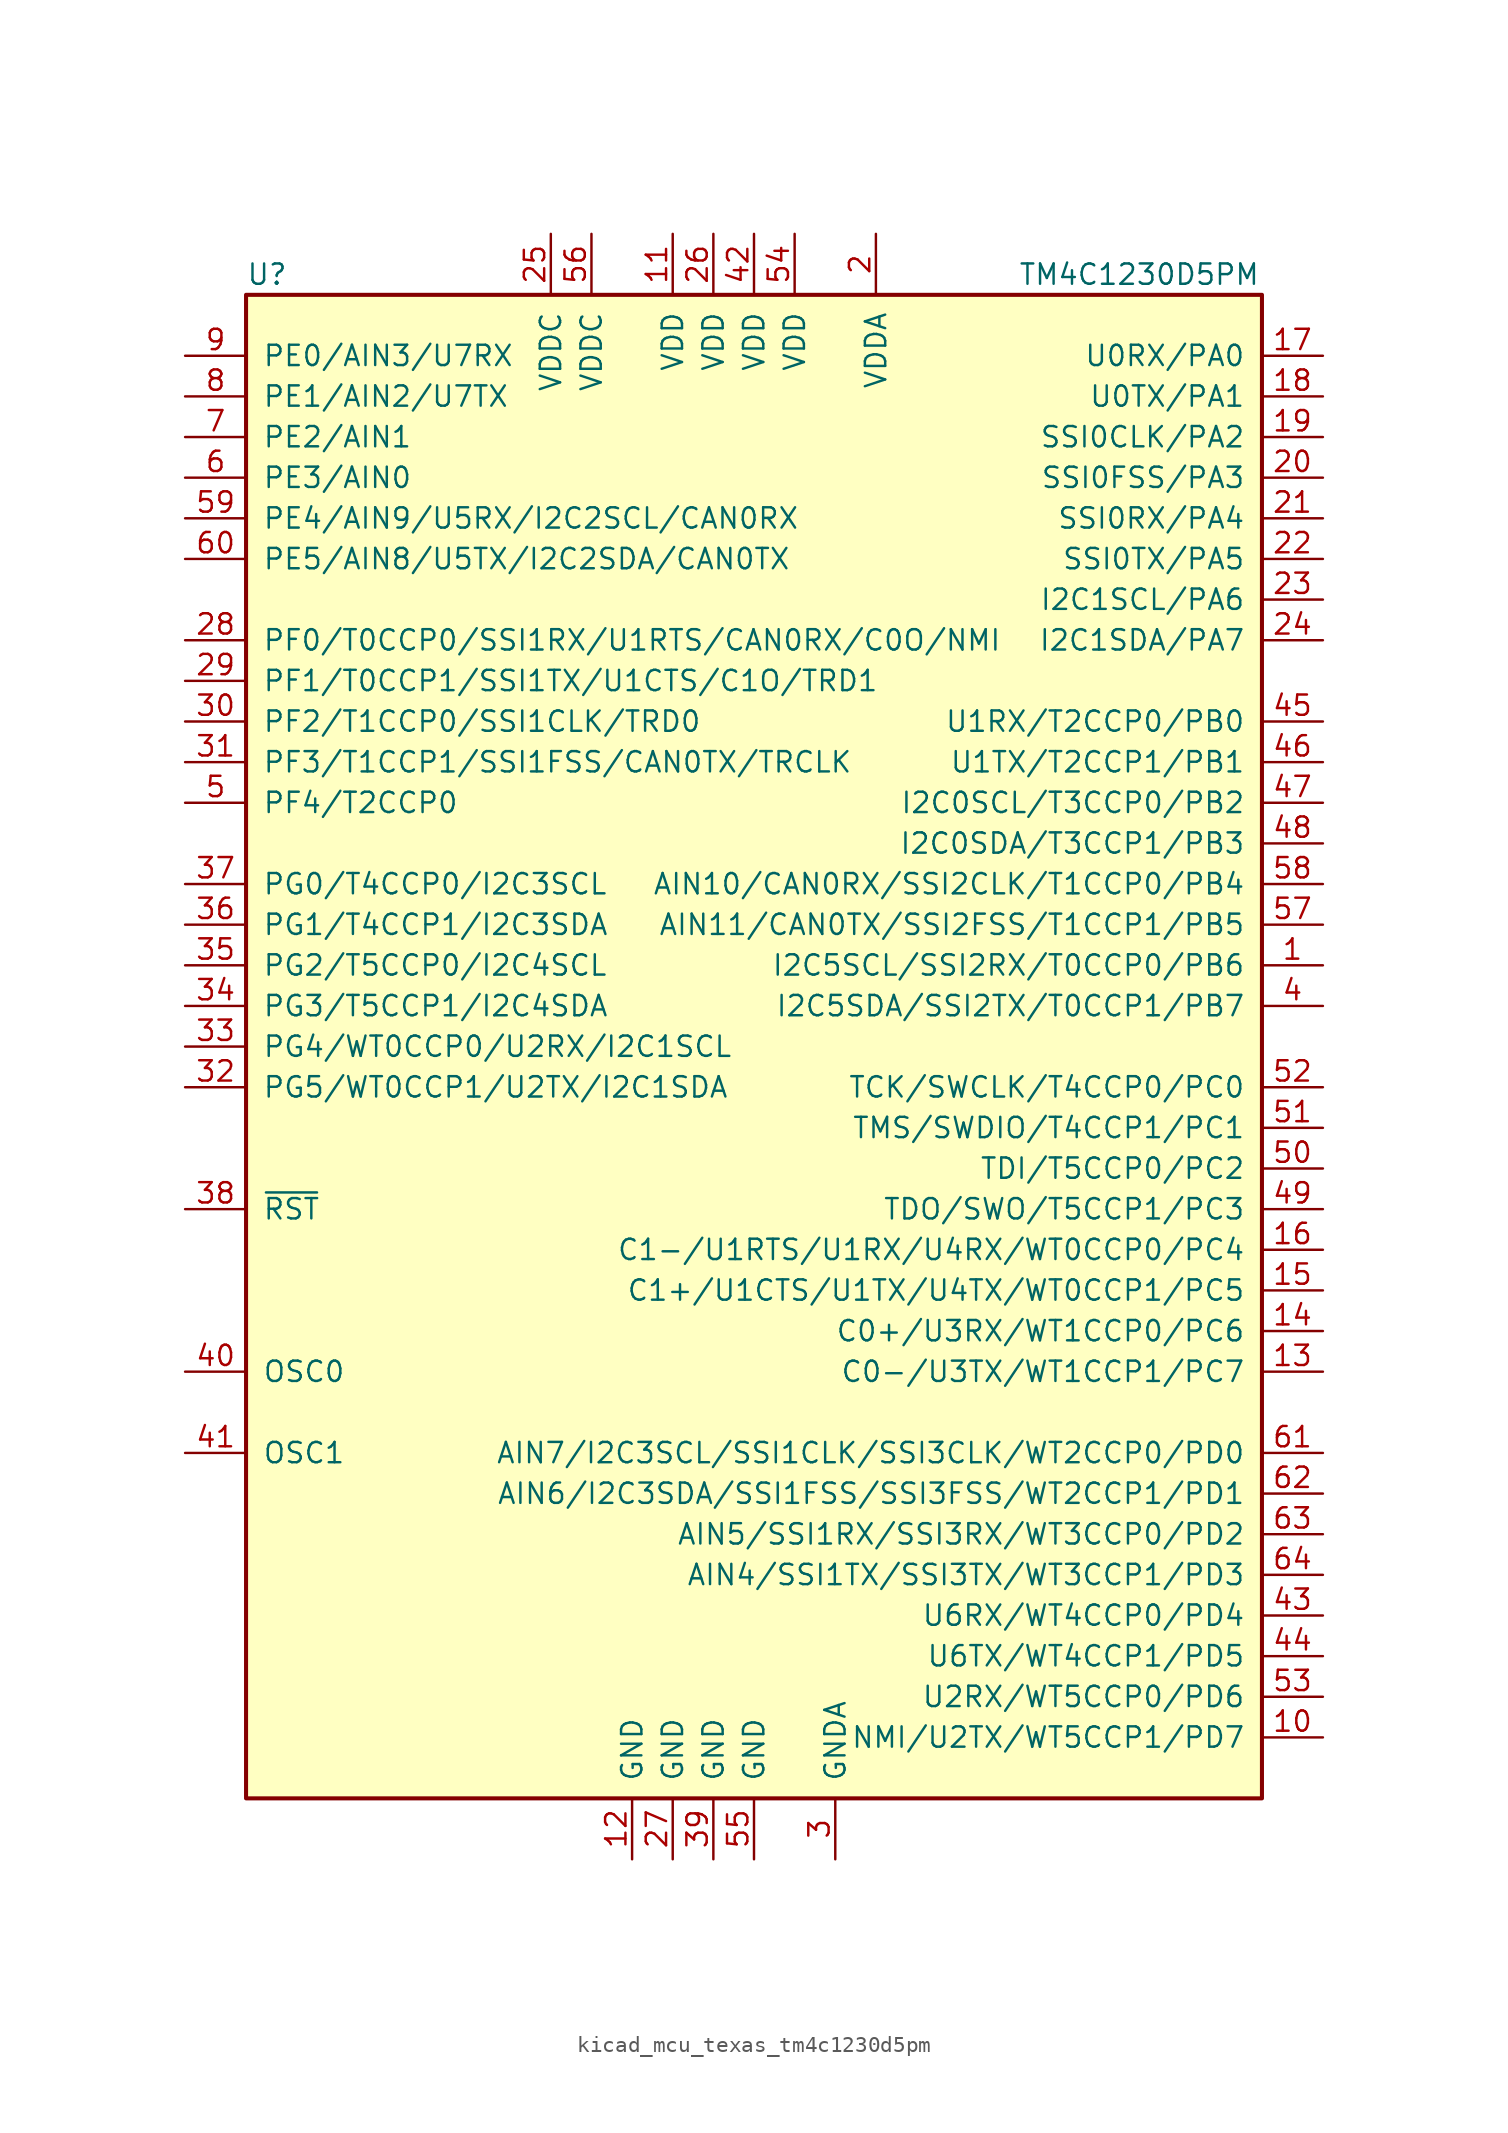
<source format=kicad_sym>
(kicad_symbol_lib
  (version 20220914)
  (generator kicad_symbol_editor)
  (symbol "kicad_mcu_texas_tm4c1230d5pm"
    (pin_names
      (offset 1.016))
    (property "Reference" "U"
      (at -31.75 48.26 0)
      (effects (font (size 1.27 1.27)) (justify left)))
    (property "Value" "TM4C1230D5PM"
      (at 16.51 48.26 0)
      (effects (font (size 1.27 1.27)) (justify left)))
    (symbol "kicad_mcu_texas_tm4c1230d5pm_0_1"
      (rectangle (start -31.75 46.99) (end 31.75 -46.99) (stroke (width 0.254) (type default)) (fill (type background))))
    (symbol "kicad_mcu_texas_tm4c1230d5pm_1_1"
      (pin bidirectional line (at 35.56 5.08 180) (length 3.81) (name "I2C5SCL/SSI2RX/T0CCP0/PB6" (effects (font (size 1.27 1.27)))) (number "1" (effects (font (size 1.27 1.27)))))
      (pin bidirectional line (at 35.56 -43.18 180) (length 3.81) (name "NMI/U2TX/WT5CCP1/PD7" (effects (font (size 1.27 1.27)))) (number "10" (effects (font (size 1.27 1.27)))))
      (pin power_in line (at -5.08 50.8 270) (length 3.81) (name "VDD" (effects (font (size 1.27 1.27)))) (number "11" (effects (font (size 1.27 1.27)))))
      (pin power_in line (at -7.62 -50.8 90) (length 3.81) (name "GND" (effects (font (size 1.27 1.27)))) (number "12" (effects (font (size 1.27 1.27)))))
      (pin bidirectional line (at 35.56 -20.32 180) (length 3.81) (name "C0-/U3TX/WT1CCP1/PC7" (effects (font (size 1.27 1.27)))) (number "13" (effects (font (size 1.27 1.27)))))
      (pin bidirectional line (at 35.56 -17.78 180) (length 3.81) (name "C0+/U3RX/WT1CCP0/PC6" (effects (font (size 1.27 1.27)))) (number "14" (effects (font (size 1.27 1.27)))))
      (pin bidirectional line (at 35.56 -15.24 180) (length 3.81) (name "C1+/U1CTS/U1TX/U4TX/WT0CCP1/PC5" (effects (font (size 1.27 1.27)))) (number "15" (effects (font (size 1.27 1.27)))))
      (pin bidirectional line (at 35.56 -12.7 180) (length 3.81) (name "C1-/U1RTS/U1RX/U4RX/WT0CCP0/PC4" (effects (font (size 1.27 1.27)))) (number "16" (effects (font (size 1.27 1.27)))))
      (pin bidirectional line (at 35.56 43.18 180) (length 3.81) (name "U0RX/PA0" (effects (font (size 1.27 1.27)))) (number "17" (effects (font (size 1.27 1.27)))))
      (pin bidirectional line (at 35.56 40.64 180) (length 3.81) (name "U0TX/PA1" (effects (font (size 1.27 1.27)))) (number "18" (effects (font (size 1.27 1.27)))))
      (pin bidirectional line (at 35.56 38.1 180) (length 3.81) (name "SSI0CLK/PA2" (effects (font (size 1.27 1.27)))) (number "19" (effects (font (size 1.27 1.27)))))
      (pin power_in line (at 7.62 50.8 270) (length 3.81) (name "VDDA" (effects (font (size 1.27 1.27)))) (number "2" (effects (font (size 1.27 1.27)))))
      (pin bidirectional line (at 35.56 35.56 180) (length 3.81) (name "SSI0FSS/PA3" (effects (font (size 1.27 1.27)))) (number "20" (effects (font (size 1.27 1.27)))))
      (pin bidirectional line (at 35.56 33.02 180) (length 3.81) (name "SSI0RX/PA4" (effects (font (size 1.27 1.27)))) (number "21" (effects (font (size 1.27 1.27)))))
      (pin bidirectional line (at 35.56 30.48 180) (length 3.81) (name "SSI0TX/PA5" (effects (font (size 1.27 1.27)))) (number "22" (effects (font (size 1.27 1.27)))))
      (pin bidirectional line (at 35.56 27.94 180) (length 3.81) (name "I2C1SCL/PA6" (effects (font (size 1.27 1.27)))) (number "23" (effects (font (size 1.27 1.27)))))
      (pin bidirectional line (at 35.56 25.4 180) (length 3.81) (name "I2C1SDA/PA7" (effects (font (size 1.27 1.27)))) (number "24" (effects (font (size 1.27 1.27)))))
      (pin power_in line (at -12.7 50.8 270) (length 3.81) (name "VDDC" (effects (font (size 1.27 1.27)))) (number "25" (effects (font (size 1.27 1.27)))))
      (pin power_in line (at -2.54 50.8 270) (length 3.81) (name "VDD" (effects (font (size 1.27 1.27)))) (number "26" (effects (font (size 1.27 1.27)))))
      (pin power_in line (at -5.08 -50.8 90) (length 3.81) (name "GND" (effects (font (size 1.27 1.27)))) (number "27" (effects (font (size 1.27 1.27)))))
      (pin bidirectional line (at -35.56 25.4 0) (length 3.81) (name "PF0/T0CCP0/SSI1RX/U1RTS/CAN0RX/C0O/NMI" (effects (font (size 1.27 1.27)))) (number "28" (effects (font (size 1.27 1.27)))))
      (pin bidirectional line (at -35.56 22.86 0) (length 3.81) (name "PF1/T0CCP1/SSI1TX/U1CTS/C1O/TRD1" (effects (font (size 1.27 1.27)))) (number "29" (effects (font (size 1.27 1.27)))))
      (pin power_in line (at 5.08 -50.8 90) (length 3.81) (name "GNDA" (effects (font (size 1.27 1.27)))) (number "3" (effects (font (size 1.27 1.27)))))
      (pin bidirectional line (at -35.56 20.32 0) (length 3.81) (name "PF2/T1CCP0/SSI1CLK/TRD0" (effects (font (size 1.27 1.27)))) (number "30" (effects (font (size 1.27 1.27)))))
      (pin bidirectional line (at -35.56 17.78 0) (length 3.81) (name "PF3/T1CCP1/SSI1FSS/CAN0TX/TRCLK" (effects (font (size 1.27 1.27)))) (number "31" (effects (font (size 1.27 1.27)))))
      (pin bidirectional line (at -35.56 -2.54 0) (length 3.81) (name "PG5/WT0CCP1/U2TX/I2C1SDA" (effects (font (size 1.27 1.27)))) (number "32" (effects (font (size 1.27 1.27)))))
      (pin bidirectional line (at -35.56 0 0) (length 3.81) (name "PG4/WT0CCP0/U2RX/I2C1SCL" (effects (font (size 1.27 1.27)))) (number "33" (effects (font (size 1.27 1.27)))))
      (pin bidirectional line (at -35.56 2.54 0) (length 3.81) (name "PG3/T5CCP1/I2C4SDA" (effects (font (size 1.27 1.27)))) (number "34" (effects (font (size 1.27 1.27)))))
      (pin bidirectional line (at -35.56 5.08 0) (length 3.81) (name "PG2/T5CCP0/I2C4SCL" (effects (font (size 1.27 1.27)))) (number "35" (effects (font (size 1.27 1.27)))))
      (pin bidirectional line (at -35.56 7.62 0) (length 3.81) (name "PG1/T4CCP1/I2C3SDA" (effects (font (size 1.27 1.27)))) (number "36" (effects (font (size 1.27 1.27)))))
      (pin bidirectional line (at -35.56 10.16 0) (length 3.81) (name "PG0/T4CCP0/I2C3SCL" (effects (font (size 1.27 1.27)))) (number "37" (effects (font (size 1.27 1.27)))))
      (pin input line (at -35.56 -10.16 0) (length 3.81) (name "~{RST}" (effects (font (size 1.27 1.27)))) (number "38" (effects (font (size 1.27 1.27)))))
      (pin power_in line (at -2.54 -50.8 90) (length 3.81) (name "GND" (effects (font (size 1.27 1.27)))) (number "39" (effects (font (size 1.27 1.27)))))
      (pin bidirectional line (at 35.56 2.54 180) (length 3.81) (name "I2C5SDA/SSI2TX/T0CCP1/PB7" (effects (font (size 1.27 1.27)))) (number "4" (effects (font (size 1.27 1.27)))))
      (pin passive line (at -35.56 -20.32 0) (length 3.81) (name "OSC0" (effects (font (size 1.27 1.27)))) (number "40" (effects (font (size 1.27 1.27)))))
      (pin passive line (at -35.56 -25.4 0) (length 3.81) (name "OSC1" (effects (font (size 1.27 1.27)))) (number "41" (effects (font (size 1.27 1.27)))))
      (pin power_in line (at 0 50.8 270) (length 3.81) (name "VDD" (effects (font (size 1.27 1.27)))) (number "42" (effects (font (size 1.27 1.27)))))
      (pin bidirectional line (at 35.56 -35.56 180) (length 3.81) (name "U6RX/WT4CCP0/PD4" (effects (font (size 1.27 1.27)))) (number "43" (effects (font (size 1.27 1.27)))))
      (pin bidirectional line (at 35.56 -38.1 180) (length 3.81) (name "U6TX/WT4CCP1/PD5" (effects (font (size 1.27 1.27)))) (number "44" (effects (font (size 1.27 1.27)))))
      (pin bidirectional line (at 35.56 20.32 180) (length 3.81) (name "U1RX/T2CCP0/PB0" (effects (font (size 1.27 1.27)))) (number "45" (effects (font (size 1.27 1.27)))))
      (pin bidirectional line (at 35.56 17.78 180) (length 3.81) (name "U1TX/T2CCP1/PB1" (effects (font (size 1.27 1.27)))) (number "46" (effects (font (size 1.27 1.27)))))
      (pin bidirectional line (at 35.56 15.24 180) (length 3.81) (name "I2C0SCL/T3CCP0/PB2" (effects (font (size 1.27 1.27)))) (number "47" (effects (font (size 1.27 1.27)))))
      (pin bidirectional line (at 35.56 12.7 180) (length 3.81) (name "I2C0SDA/T3CCP1/PB3" (effects (font (size 1.27 1.27)))) (number "48" (effects (font (size 1.27 1.27)))))
      (pin bidirectional line (at 35.56 -10.16 180) (length 3.81) (name "TDO/SWO/T5CCP1/PC3" (effects (font (size 1.27 1.27)))) (number "49" (effects (font (size 1.27 1.27)))))
      (pin bidirectional line (at -35.56 15.24 0) (length 3.81) (name "PF4/T2CCP0" (effects (font (size 1.27 1.27)))) (number "5" (effects (font (size 1.27 1.27)))))
      (pin bidirectional line (at 35.56 -7.62 180) (length 3.81) (name "TDI/T5CCP0/PC2" (effects (font (size 1.27 1.27)))) (number "50" (effects (font (size 1.27 1.27)))))
      (pin bidirectional line (at 35.56 -5.08 180) (length 3.81) (name "TMS/SWDIO/T4CCP1/PC1" (effects (font (size 1.27 1.27)))) (number "51" (effects (font (size 1.27 1.27)))))
      (pin bidirectional line (at 35.56 -2.54 180) (length 3.81) (name "TCK/SWCLK/T4CCP0/PC0" (effects (font (size 1.27 1.27)))) (number "52" (effects (font (size 1.27 1.27)))))
      (pin bidirectional line (at 35.56 -40.64 180) (length 3.81) (name "U2RX/WT5CCP0/PD6" (effects (font (size 1.27 1.27)))) (number "53" (effects (font (size 1.27 1.27)))))
      (pin power_in line (at 2.54 50.8 270) (length 3.81) (name "VDD" (effects (font (size 1.27 1.27)))) (number "54" (effects (font (size 1.27 1.27)))))
      (pin power_in line (at 0 -50.8 90) (length 3.81) (name "GND" (effects (font (size 1.27 1.27)))) (number "55" (effects (font (size 1.27 1.27)))))
      (pin power_in line (at -10.16 50.8 270) (length 3.81) (name "VDDC" (effects (font (size 1.27 1.27)))) (number "56" (effects (font (size 1.27 1.27)))))
      (pin bidirectional line (at 35.56 7.62 180) (length 3.81) (name "AIN11/CAN0TX/SSI2FSS/T1CCP1/PB5" (effects (font (size 1.27 1.27)))) (number "57" (effects (font (size 1.27 1.27)))))
      (pin bidirectional line (at 35.56 10.16 180) (length 3.81) (name "AIN10/CAN0RX/SSI2CLK/T1CCP0/PB4" (effects (font (size 1.27 1.27)))) (number "58" (effects (font (size 1.27 1.27)))))
      (pin bidirectional line (at -35.56 33.02 0) (length 3.81) (name "PE4/AIN9/U5RX/I2C2SCL/CAN0RX" (effects (font (size 1.27 1.27)))) (number "59" (effects (font (size 1.27 1.27)))))
      (pin bidirectional line (at -35.56 35.56 0) (length 3.81) (name "PE3/AIN0" (effects (font (size 1.27 1.27)))) (number "6" (effects (font (size 1.27 1.27)))))
      (pin bidirectional line (at -35.56 30.48 0) (length 3.81) (name "PE5/AIN8/U5TX/I2C2SDA/CAN0TX" (effects (font (size 1.27 1.27)))) (number "60" (effects (font (size 1.27 1.27)))))
      (pin bidirectional line (at 35.56 -25.4 180) (length 3.81) (name "AIN7/I2C3SCL/SSI1CLK/SSI3CLK/WT2CCP0/PD0" (effects (font (size 1.27 1.27)))) (number "61" (effects (font (size 1.27 1.27)))))
      (pin bidirectional line (at 35.56 -27.94 180) (length 3.81) (name "AIN6/I2C3SDA/SSI1FSS/SSI3FSS/WT2CCP1/PD1" (effects (font (size 1.27 1.27)))) (number "62" (effects (font (size 1.27 1.27)))))
      (pin bidirectional line (at 35.56 -30.48 180) (length 3.81) (name "AIN5/SSI1RX/SSI3RX/WT3CCP0/PD2" (effects (font (size 1.27 1.27)))) (number "63" (effects (font (size 1.27 1.27)))))
      (pin bidirectional line (at 35.56 -33.02 180) (length 3.81) (name "AIN4/SSI1TX/SSI3TX/WT3CCP1/PD3" (effects (font (size 1.27 1.27)))) (number "64" (effects (font (size 1.27 1.27)))))
      (pin bidirectional line (at -35.56 38.1 0) (length 3.81) (name "PE2/AIN1" (effects (font (size 1.27 1.27)))) (number "7" (effects (font (size 1.27 1.27)))))
      (pin bidirectional line (at -35.56 40.64 0) (length 3.81) (name "PE1/AIN2/U7TX" (effects (font (size 1.27 1.27)))) (number "8" (effects (font (size 1.27 1.27)))))
      (pin bidirectional line (at -35.56 43.18 0) (length 3.81) (name "PE0/AIN3/U7RX" (effects (font (size 1.27 1.27)))) (number "9" (effects (font (size 1.27 1.27))))))))
</source>
